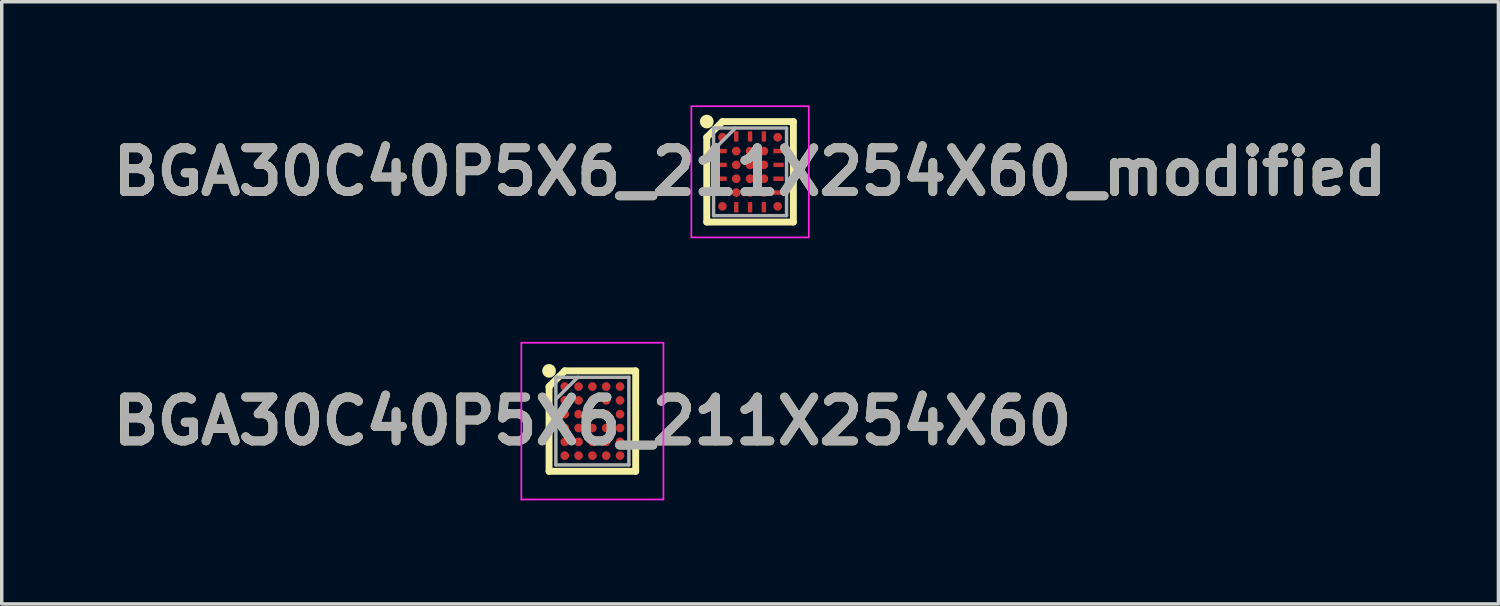
<source format=kicad_pcb>
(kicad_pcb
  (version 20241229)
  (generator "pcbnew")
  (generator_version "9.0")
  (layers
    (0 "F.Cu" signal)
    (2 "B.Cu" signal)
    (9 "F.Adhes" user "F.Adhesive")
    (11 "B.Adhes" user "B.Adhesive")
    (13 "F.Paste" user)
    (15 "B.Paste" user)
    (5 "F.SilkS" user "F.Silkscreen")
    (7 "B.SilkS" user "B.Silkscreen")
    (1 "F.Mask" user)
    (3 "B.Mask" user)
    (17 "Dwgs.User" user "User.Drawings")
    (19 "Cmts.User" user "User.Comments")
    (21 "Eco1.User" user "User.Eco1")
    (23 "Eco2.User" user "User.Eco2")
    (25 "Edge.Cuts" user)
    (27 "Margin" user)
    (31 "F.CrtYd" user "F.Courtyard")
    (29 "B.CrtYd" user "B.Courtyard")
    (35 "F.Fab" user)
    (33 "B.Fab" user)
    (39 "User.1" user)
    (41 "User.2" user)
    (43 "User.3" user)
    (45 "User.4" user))
  (footprint "BGA30C40P5X6_211X254X60_modified"
    (layer "F.Cu")
    (at 18.669 1.925)
    (property "Reference" "BGA30C40P5X6_211X254X60_modified" (at 0 0 0) (layer "F.SilkS") (effects (font (size 1.27 1.27) (thickness 0.254))))
    (attr smd)
    (fp_line (start -1.254 -1) (end -0.8 -1.454) (stroke (width 0.2) (type solid)) (layer "F.SilkS"))
    (fp_line (start -1.254 1.454) (end -1.254 -1) (stroke (width 0.2) (type solid)) (layer "F.SilkS"))
    (fp_line (start -0.8 -1.454) (end 1.254 -1.454) (stroke (width 0.2) (type solid)) (layer "F.SilkS"))
    (fp_line (start 1.254 -1.454) (end 1.254 1.454) (stroke (width 0.2) (type solid)) (layer "F.SilkS"))
    (fp_line (start 1.254 1.454) (end -1.254 1.454) (stroke (width 0.2) (type solid)) (layer "F.SilkS"))
    (fp_circle (center -1.254 -1.454) (end -1.254 -1.354) (stroke (width 0.2) (type solid)) (fill no) (layer "F.SilkS"))
    (fp_rect (start -1.7 -1.9) (end 1.7 1.9) (stroke (width 0.05) (type default)) (fill no) (layer "F.CrtYd"))
    (fp_line (start -1.057 -1.268) (end 1.057 -1.268) (stroke (width 0.1) (type solid)) (layer "F.Fab"))
    (fp_line (start -1.057 -0.634) (end -0.423 -1.268) (stroke (width 0.1) (type solid)) (layer "F.Fab"))
    (fp_line (start -1.057 1.269) (end -1.057 -1.268) (stroke (width 0.1) (type solid)) (layer "F.Fab"))
    (fp_line (start 1.057 -1.268) (end 1.057 1.269) (stroke (width 0.1) (type solid)) (layer "F.Fab"))
    (fp_line (start 1.057 1.269) (end -1.057 1.269) (stroke (width 0.1) (type solid)) (layer "F.Fab"))
    (fp_text user "${REFERENCE}" (at 0 0 0) (layer "F.Fab") (effects (font (size 1.27 1.27) (thickness 0.254))))
    (pad "A1" smd circle (at -0.8 -1) (size 0.25 0.25) (layers "F.Cu" "F.Mask" "F.Paste"))
    (pad "A2" smd roundrect (at -0.4 -1.025) (size 0.127 0.3) (layers "F.Cu" "F.Mask" "F.Paste") (roundrect_rratio 0.1))
    (pad "A3" smd roundrect (at 0 -1.025) (size 0.127 0.3) (layers "F.Cu" "F.Mask" "F.Paste") (roundrect_rratio 0.1))
    (pad "A4" smd roundrect (at 0.4 -1.025) (size 0.127 0.3) (layers "F.Cu" "F.Mask" "F.Paste") (roundrect_rratio 0.1))
    (pad "A5" smd circle (at 0.8 -1) (size 0.25 0.25) (layers "F.Cu" "F.Mask" "F.Paste"))
    (pad "B1" smd roundrect (at -0.825 -0.6) (size 0.3 0.127) (layers "F.Cu" "F.Mask" "F.Paste") (roundrect_rratio 0.1))
    (pad "B2" smd circle (at -0.4 -0.6) (size 0.25 0.25) (layers "F.Cu" "F.Mask" "F.Paste"))
    (pad "B3" smd circle (at 0 -0.6) (size 0.25 0.25) (layers "F.Cu" "F.Mask" "F.Paste"))
    (pad "B4" smd circle (at 0.4 -0.6) (size 0.25 0.25) (layers "F.Cu" "F.Mask" "F.Paste"))
    (pad "B5" smd roundrect (at 0.825 -0.6) (size 0.3 0.127) (layers "F.Cu" "F.Mask" "F.Paste") (roundrect_rratio 0.1))
    (pad "C1" smd roundrect (at -0.825 -0.2) (size 0.3 0.127) (layers "F.Cu" "F.Mask" "F.Paste") (roundrect_rratio 0.1))
    (pad "C2" smd circle (at -0.4 -0.2) (size 0.25 0.25) (layers "F.Cu" "F.Mask" "F.Paste"))
    (pad "C3" smd circle (at 0 -0.2) (size 0.25 0.25) (layers "F.Cu" "F.Mask" "F.Paste"))
    (pad "C4" smd circle (at 0.4 -0.2) (size 0.25 0.25) (layers "F.Cu" "F.Mask" "F.Paste"))
    (pad "C5" smd roundrect (at 0.825 -0.2) (size 0.3 0.127) (layers "F.Cu" "F.Mask" "F.Paste") (roundrect_rratio 0.1))
    (pad "D1" smd roundrect (at -0.825 0.2) (size 0.3 0.127) (layers "F.Cu" "F.Mask" "F.Paste") (roundrect_rratio 0.1))
    (pad "D2" smd circle (at -0.4 0.2) (size 0.25 0.25) (layers "F.Cu" "F.Mask" "F.Paste"))
    (pad "D3" smd circle (at 0 0.2) (size 0.25 0.25) (layers "F.Cu" "F.Mask" "F.Paste"))
    (pad "D4" smd circle (at 0.4 0.2) (size 0.25 0.25) (layers "F.Cu" "F.Mask" "F.Paste"))
    (pad "D5" smd roundrect (at 0.825 0.2) (size 0.3 0.127) (layers "F.Cu" "F.Mask" "F.Paste") (roundrect_rratio 0.1))
    (pad "E1" smd roundrect (at -0.825 0.6) (size 0.3 0.127) (layers "F.Cu" "F.Mask" "F.Paste") (roundrect_rratio 0.1))
    (pad "E2" smd circle (at -0.4 0.6) (size 0.25 0.25) (layers "F.Cu" "F.Mask" "F.Paste"))
    (pad "E3" smd circle (at 0 0.6) (size 0.25 0.25) (layers "F.Cu" "F.Mask" "F.Paste"))
    (pad "E4" smd circle (at 0.4 0.6) (size 0.25 0.25) (layers "F.Cu" "F.Mask" "F.Paste"))
    (pad "E5" smd roundrect (at 0.825 0.6) (size 0.3 0.127) (layers "F.Cu" "F.Mask" "F.Paste") (roundrect_rratio 0.1))
    (pad "F1" smd circle (at -0.8 1) (size 0.25 0.25) (layers "F.Cu" "F.Mask" "F.Paste"))
    (pad "F2" smd roundrect (at -0.4 1.025) (size 0.127 0.3) (layers "F.Cu" "F.Mask" "F.Paste") (roundrect_rratio 0.1))
    (pad "F3" smd roundrect (at 0 1.025) (size 0.127 0.3) (layers "F.Cu" "F.Mask" "F.Paste") (roundrect_rratio 0.1))
    (pad "F4" smd roundrect (at 0.4 1.025) (size 0.127 0.3) (layers "F.Cu" "F.Mask" "F.Paste") (roundrect_rratio 0.1))
    (pad "F5" smd circle (at 0.8 1) (size 0.25 0.25) (layers "F.Cu" "F.Mask" "F.Paste")))
  (footprint "BGA30C40P5X6_211X254X60"
    (layer "F.Cu")
    (at 14.103 9.143)
    (property "Reference" "BGA30C40P5X6_211X254X60" (at 0 0 0) (layer "F.SilkS") (effects (font (size 1.27 1.27) (thickness 0.254))))
    (attr smd)
    (fp_line (start -1.254 -1) (end -0.8 -1.454) (stroke (width 0.2) (type solid)) (layer "F.SilkS"))
    (fp_line (start -1.254 1.454) (end -1.254 -1) (stroke (width 0.2) (type solid)) (layer "F.SilkS"))
    (fp_line (start -0.8 -1.454) (end 1.254 -1.454) (stroke (width 0.2) (type solid)) (layer "F.SilkS"))
    (fp_line (start 1.254 -1.454) (end 1.254 1.454) (stroke (width 0.2) (type solid)) (layer "F.SilkS"))
    (fp_line (start 1.254 1.454) (end -1.254 1.454) (stroke (width 0.2) (type solid)) (layer "F.SilkS"))
    (fp_circle (center -1.254 -1.454) (end -1.254 -1.354) (stroke (width 0.2) (type solid)) (fill no) (layer "F.SilkS"))
    (fp_line (start -2.057 -2.268) (end 2.057 -2.268) (stroke (width 0.05) (type solid)) (layer "F.CrtYd"))
    (fp_line (start -2.057 2.269) (end -2.057 -2.268) (stroke (width 0.05) (type solid)) (layer "F.CrtYd"))
    (fp_line (start 2.057 -2.268) (end 2.057 2.269) (stroke (width 0.05) (type solid)) (layer "F.CrtYd"))
    (fp_line (start 2.057 2.269) (end -2.057 2.269) (stroke (width 0.05) (type solid)) (layer "F.CrtYd"))
    (fp_line (start -1.057 -1.268) (end 1.057 -1.268) (stroke (width 0.1) (type solid)) (layer "F.Fab"))
    (fp_line (start -1.057 -0.634) (end -0.423 -1.268) (stroke (width 0.1) (type solid)) (layer "F.Fab"))
    (fp_line (start -1.057 1.269) (end -1.057 -1.268) (stroke (width 0.1) (type solid)) (layer "F.Fab"))
    (fp_line (start 1.057 -1.268) (end 1.057 1.269) (stroke (width 0.1) (type solid)) (layer "F.Fab"))
    (fp_line (start 1.057 1.269) (end -1.057 1.269) (stroke (width 0.1) (type solid)) (layer "F.Fab"))
    (fp_text user "${REFERENCE}" (at 0 0 0) (layer "F.Fab") (effects (font (size 1.27 1.27) (thickness 0.254))))
    (pad "A1" smd circle (at -0.8 -1) (size 0.25 0.25) (layers "F.Cu" "F.Mask" "F.Paste"))
    (pad "A2" smd circle (at -0.4 -1) (size 0.25 0.25) (layers "F.Cu" "F.Mask" "F.Paste"))
    (pad "A3" smd circle (at 0 -1) (size 0.25 0.25) (layers "F.Cu" "F.Mask" "F.Paste"))
    (pad "A4" smd circle (at 0.4 -1) (size 0.25 0.25) (layers "F.Cu" "F.Mask" "F.Paste"))
    (pad "A5" smd circle (at 0.8 -1) (size 0.25 0.25) (layers "F.Cu" "F.Mask" "F.Paste"))
    (pad "B1" smd circle (at -0.8 -0.6) (size 0.25 0.25) (layers "F.Cu" "F.Mask" "F.Paste"))
    (pad "B2" smd circle (at -0.4 -0.6) (size 0.25 0.25) (layers "F.Cu" "F.Mask" "F.Paste"))
    (pad "B3" smd circle (at 0 -0.6) (size 0.25 0.25) (layers "F.Cu" "F.Mask" "F.Paste"))
    (pad "B4" smd circle (at 0.4 -0.6) (size 0.25 0.25) (layers "F.Cu" "F.Mask" "F.Paste"))
    (pad "B5" smd circle (at 0.8 -0.6) (size 0.25 0.25) (layers "F.Cu" "F.Mask" "F.Paste"))
    (pad "C1" smd circle (at -0.8 -0.2) (size 0.25 0.25) (layers "F.Cu" "F.Mask" "F.Paste"))
    (pad "C2" smd circle (at -0.4 -0.2) (size 0.25 0.25) (layers "F.Cu" "F.Mask" "F.Paste"))
    (pad "C3" smd circle (at 0 -0.2) (size 0.25 0.25) (layers "F.Cu" "F.Mask" "F.Paste"))
    (pad "C4" smd circle (at 0.4 -0.2) (size 0.25 0.25) (layers "F.Cu" "F.Mask" "F.Paste"))
    (pad "C5" smd circle (at 0.8 -0.2) (size 0.25 0.25) (layers "F.Cu" "F.Mask" "F.Paste"))
    (pad "D1" smd circle (at -0.8 0.2) (size 0.25 0.25) (layers "F.Cu" "F.Mask" "F.Paste"))
    (pad "D2" smd circle (at -0.4 0.2) (size 0.25 0.25) (layers "F.Cu" "F.Mask" "F.Paste"))
    (pad "D3" smd circle (at 0 0.2) (size 0.25 0.25) (layers "F.Cu" "F.Mask" "F.Paste"))
    (pad "D4" smd circle (at 0.4 0.2) (size 0.25 0.25) (layers "F.Cu" "F.Mask" "F.Paste"))
    (pad "D5" smd circle (at 0.8 0.2) (size 0.25 0.25) (layers "F.Cu" "F.Mask" "F.Paste"))
    (pad "E1" smd circle (at -0.8 0.6) (size 0.25 0.25) (layers "F.Cu" "F.Mask" "F.Paste"))
    (pad "E2" smd circle (at -0.4 0.6) (size 0.25 0.25) (layers "F.Cu" "F.Mask" "F.Paste"))
    (pad "E3" smd circle (at 0 0.6) (size 0.25 0.25) (layers "F.Cu" "F.Mask" "F.Paste"))
    (pad "E4" smd circle (at 0.4 0.6) (size 0.25 0.25) (layers "F.Cu" "F.Mask" "F.Paste"))
    (pad "E5" smd circle (at 0.8 0.6) (size 0.25 0.25) (layers "F.Cu" "F.Mask" "F.Paste"))
    (pad "F1" smd circle (at -0.8 1) (size 0.25 0.25) (layers "F.Cu" "F.Mask" "F.Paste"))
    (pad "F2" smd circle (at -0.4 1) (size 0.25 0.25) (layers "F.Cu" "F.Mask" "F.Paste"))
    (pad "F3" smd circle (at 0 1) (size 0.25 0.25) (layers "F.Cu" "F.Mask" "F.Paste"))
    (pad "F4" smd circle (at 0.4 1) (size 0.25 0.25) (layers "F.Cu" "F.Mask" "F.Paste"))
    (pad "F5" smd circle (at 0.8 1) (size 0.25 0.25) (layers "F.Cu" "F.Mask" "F.Paste")))
  (gr_rect
    (start -3 -3)
    (end 40.338 14.437)
    (stroke (width 0.1) (type default))
    (fill no)
    (layer "Edge.Cuts")))
</source>
